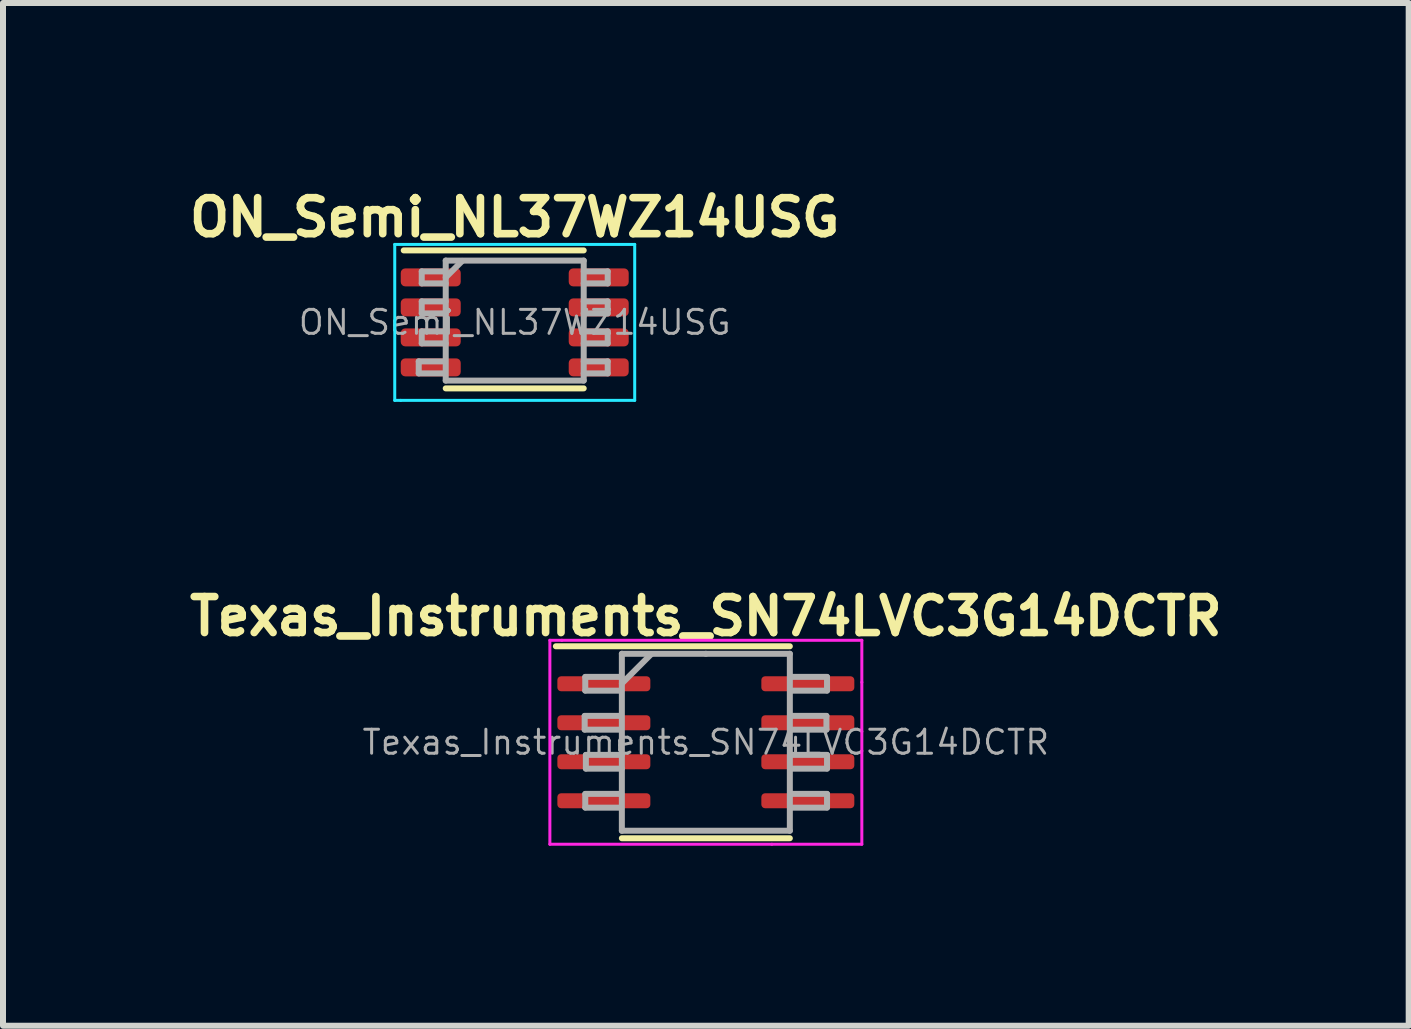
<source format=kicad_pcb>
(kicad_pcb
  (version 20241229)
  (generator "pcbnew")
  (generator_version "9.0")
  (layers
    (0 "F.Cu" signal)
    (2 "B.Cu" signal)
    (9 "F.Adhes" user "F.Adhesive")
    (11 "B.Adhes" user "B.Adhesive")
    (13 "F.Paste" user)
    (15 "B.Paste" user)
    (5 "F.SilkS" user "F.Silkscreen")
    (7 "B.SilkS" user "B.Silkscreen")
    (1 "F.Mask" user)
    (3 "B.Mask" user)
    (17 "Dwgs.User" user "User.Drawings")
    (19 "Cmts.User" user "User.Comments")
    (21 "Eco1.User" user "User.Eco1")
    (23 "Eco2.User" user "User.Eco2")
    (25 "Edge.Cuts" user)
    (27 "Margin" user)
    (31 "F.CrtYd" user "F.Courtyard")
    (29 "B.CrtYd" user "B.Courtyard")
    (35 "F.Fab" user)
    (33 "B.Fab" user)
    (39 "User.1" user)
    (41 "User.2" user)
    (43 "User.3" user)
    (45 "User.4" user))
  (footprint "ON_Semi_NL37WZ14USG"
    (layer "F.Cu")
    (at 5.53 2.324)
    (property "Reference" "ON_Semi_NL37WZ14USG" (at 0 -1.75 0) (layer "F.SilkS") (effects (font (size 0.6 0.6) (thickness 0.127))))
    (attr smd)
    (fp_line (start 1.15 -1.2) (end -1.85 -1.2) (stroke (width 0.1) (type solid)) (layer "F.SilkS"))
    (fp_line (start 1.15 1.1) (end -1.15 1.1) (stroke (width 0.1) (type solid)) (layer "F.SilkS"))
    (fp_line (start -2 -1.3) (end -2 1.3) (stroke (width 0.05) (type solid)) (layer "B.CrtYd"))
    (fp_line (start -2 1.3) (end -1.9 1.3) (stroke (width 0.05) (type solid)) (layer "B.CrtYd"))
    (fp_line (start -1.9 1.3) (end 2 1.3) (stroke (width 0.05) (type solid)) (layer "B.CrtYd"))
    (fp_line (start 2 -1.3) (end -2 -1.3) (stroke (width 0.05) (type solid)) (layer "B.CrtYd"))
    (fp_line (start 2 1.3) (end 2 -1.3) (stroke (width 0.05) (type solid)) (layer "B.CrtYd"))
    (fp_line (start -1.6 0.65) (end -1.2 0.65) (stroke (width 0.1) (type solid)) (layer "F.Fab"))
    (fp_line (start -1.6 0.85) (end -1.6 0.65) (stroke (width 0.1) (type solid)) (layer "F.Fab"))
    (fp_line (start -1.55 -0.85) (end -1.15 -0.85) (stroke (width 0.1) (type solid)) (layer "F.Fab"))
    (fp_line (start -1.55 -0.65) (end -1.55 -0.85) (stroke (width 0.1) (type solid)) (layer "F.Fab"))
    (fp_line (start -1.55 -0.35) (end -1.15 -0.35) (stroke (width 0.1) (type solid)) (layer "F.Fab"))
    (fp_line (start -1.55 -0.15) (end -1.55 -0.35) (stroke (width 0.1) (type solid)) (layer "F.Fab"))
    (fp_line (start -1.55 0.15) (end -1.15 0.15) (stroke (width 0.1) (type solid)) (layer "F.Fab"))
    (fp_line (start -1.55 0.35) (end -1.55 0.15) (stroke (width 0.1) (type solid)) (layer "F.Fab"))
    (fp_line (start -1.2 0.85) (end -1.6 0.85) (stroke (width 0.1) (type solid)) (layer "F.Fab"))
    (fp_line (start -1.15 -1.03) (end 1.15 -1.03) (stroke (width 0.1) (type solid)) (layer "F.Fab"))
    (fp_line (start -1.15 -0.75) (end -0.875 -1.025) (stroke (width 0.1) (type solid)) (layer "F.Fab"))
    (fp_line (start -1.15 -0.65) (end -1.55 -0.65) (stroke (width 0.1) (type solid)) (layer "F.Fab"))
    (fp_line (start -1.15 -0.15) (end -1.55 -0.15) (stroke (width 0.1) (type solid)) (layer "F.Fab"))
    (fp_line (start -1.15 0.35) (end -1.55 0.35) (stroke (width 0.1) (type solid)) (layer "F.Fab"))
    (fp_line (start -1.15 0.97) (end -1.15 -1.03) (stroke (width 0.1) (type solid)) (layer "F.Fab"))
    (fp_line (start 1.15 -1.03) (end 1.15 0.97) (stroke (width 0.1) (type solid)) (layer "F.Fab"))
    (fp_line (start 1.15 -0.85) (end 1.55 -0.85) (stroke (width 0.1) (type solid)) (layer "F.Fab"))
    (fp_line (start 1.15 -0.35) (end 1.55 -0.35) (stroke (width 0.1) (type solid)) (layer "F.Fab"))
    (fp_line (start 1.15 0.15) (end 1.55 0.15) (stroke (width 0.1) (type solid)) (layer "F.Fab"))
    (fp_line (start 1.15 0.65) (end 1.55 0.65) (stroke (width 0.1) (type solid)) (layer "F.Fab"))
    (fp_line (start 1.15 0.97) (end -1.15 0.97) (stroke (width 0.1) (type solid)) (layer "F.Fab"))
    (fp_line (start 1.55 -0.85) (end 1.55 -0.65) (stroke (width 0.1) (type solid)) (layer "F.Fab"))
    (fp_line (start 1.55 -0.65) (end 1.15 -0.65) (stroke (width 0.1) (type solid)) (layer "F.Fab"))
    (fp_line (start 1.55 -0.35) (end 1.55 -0.15) (stroke (width 0.1) (type solid)) (layer "F.Fab"))
    (fp_line (start 1.55 -0.15) (end 1.15 -0.15) (stroke (width 0.1) (type solid)) (layer "F.Fab"))
    (fp_line (start 1.55 0.15) (end 1.55 0.35) (stroke (width 0.1) (type solid)) (layer "F.Fab"))
    (fp_line (start 1.55 0.35) (end 1.15 0.35) (stroke (width 0.1) (type solid)) (layer "F.Fab"))
    (fp_line (start 1.55 0.65) (end 1.55 0.85) (stroke (width 0.1) (type solid)) (layer "F.Fab"))
    (fp_line (start 1.55 0.85) (end 1.15 0.85) (stroke (width 0.1) (type solid)) (layer "F.Fab"))
    (fp_text user "${REFERENCE}" (at 0 0 0) (layer "F.Fab") (effects (font (size 0.4 0.4) (thickness 0.05))))
    (pad "1" smd roundrect (at -1.4 -0.75) (size 1 0.3) (layers "F.Cu" "F.Mask" "F.Paste") (roundrect_rratio 0.25))
    (pad "2" smd roundrect (at -1.4 -0.25) (size 1 0.3) (layers "F.Cu" "F.Mask" "F.Paste") (roundrect_rratio 0.25))
    (pad "3" smd roundrect (at -1.4 0.25) (size 1 0.3) (layers "F.Cu" "F.Mask" "F.Paste") (roundrect_rratio 0.25))
    (pad "4" smd roundrect (at -1.4 0.75) (size 1 0.3) (layers "F.Cu" "F.Mask" "F.Paste") (roundrect_rratio 0.25))
    (pad "5" smd roundrect (at 1.4 0.75) (size 1 0.3) (layers "F.Cu" "F.Mask" "F.Paste") (roundrect_rratio 0.25))
    (pad "6" smd roundrect (at 1.4 0.25) (size 1 0.3) (layers "F.Cu" "F.Mask" "F.Paste") (roundrect_rratio 0.25))
    (pad "7" smd roundrect (at 1.4 -0.25) (size 1 0.3) (layers "F.Cu" "F.Mask" "F.Paste") (roundrect_rratio 0.25))
    (pad "8" smd roundrect (at 1.4 -0.75) (size 1 0.3) (layers "F.Cu" "F.Mask" "F.Paste") (roundrect_rratio 0.25)))
  (footprint "Texas_Instruments_SN74LVC3G14DCTR"
    (layer "F.Cu")
    (at 8.716 9.323)
    (property "Reference" "Texas_Instruments_SN74LVC3G14DCTR" (at 0 -2.1 0) (layer "F.SilkS") (effects (font (size 0.6 0.6) (thickness 0.127))))
    (attr smd)
    (fp_line (start -2.5 -1.6) (end 1.4 -1.6) (stroke (width 0.1) (type solid)) (layer "F.SilkS"))
    (fp_line (start -1.4 1.6) (end 1.4 1.6) (stroke (width 0.1) (type solid)) (layer "F.SilkS"))
    (fp_line (start -2.6 -1.7) (end -2.4 -1.7) (stroke (width 0.05) (type solid)) (layer "F.CrtYd"))
    (fp_line (start -2.6 1.7) (end -2.6 -1.7) (stroke (width 0.05) (type solid)) (layer "F.CrtYd"))
    (fp_line (start -2.4 -1.7) (end 2.6 -1.7) (stroke (width 0.05) (type solid)) (layer "F.CrtYd"))
    (fp_line (start 1.1 1.7) (end -2.6 1.7) (stroke (width 0.05) (type solid)) (layer "F.CrtYd"))
    (fp_line (start 2.6 -1.7) (end 2.6 -1) (stroke (width 0.05) (type solid)) (layer "F.CrtYd"))
    (fp_line (start 2.6 -1) (end 2.6 1.7) (stroke (width 0.05) (type solid)) (layer "F.CrtYd"))
    (fp_line (start 2.6 1.7) (end 1.1 1.7) (stroke (width 0.05) (type solid)) (layer "F.CrtYd"))
    (fp_line (start -2.02 -0.44) (end -1.42 -0.44) (stroke (width 0.1) (type solid)) (layer "F.Fab"))
    (fp_line (start -2.02 -0.212) (end -2.02 -0.438) (stroke (width 0.1) (type solid)) (layer "F.Fab"))
    (fp_line (start -2.02 -0.21) (end -1.42 -0.21) (stroke (width 0.1) (type solid)) (layer "F.Fab"))
    (fp_line (start -2.01 -1.09) (end -1.41 -1.09) (stroke (width 0.1) (type solid)) (layer "F.Fab"))
    (fp_line (start -2.01 -0.863) (end -2.01 -1.087) (stroke (width 0.1) (type solid)) (layer "F.Fab"))
    (fp_line (start -2.01 -0.86) (end -1.41 -0.86) (stroke (width 0.1) (type solid)) (layer "F.Fab"))
    (fp_line (start -2.01 0.86) (end -1.41 0.86) (stroke (width 0.1) (type solid)) (layer "F.Fab"))
    (fp_line (start -2.01 1.087) (end -2.01 0.863) (stroke (width 0.1) (type solid)) (layer "F.Fab"))
    (fp_line (start -2.01 1.09) (end -1.41 1.09) (stroke (width 0.1) (type solid)) (layer "F.Fab"))
    (fp_line (start -2 0.21) (end -1.4 0.21) (stroke (width 0.1) (type solid)) (layer "F.Fab"))
    (fp_line (start -2 0.438) (end -2 0.212) (stroke (width 0.1) (type solid)) (layer "F.Fab"))
    (fp_line (start -2 0.44) (end -1.4 0.44) (stroke (width 0.1) (type solid)) (layer "F.Fab"))
    (fp_line (start -1.4 -1.475) (end -1.4 1.475) (stroke (width 0.1) (type solid)) (layer "F.Fab"))
    (fp_line (start -1.4 -0.98) (end -0.91 -1.47) (stroke (width 0.1) (type solid)) (layer "F.Fab"))
    (fp_line (start -1.4 1.475) (end 1.4 1.475) (stroke (width 0.1) (type solid)) (layer "F.Fab"))
    (fp_line (start 0 -1.475) (end -1.4 -1.475) (stroke (width 0.1) (type solid)) (layer "F.Fab"))
    (fp_line (start 1.4 -1.475) (end 0 -1.475) (stroke (width 0.1) (type solid)) (layer "F.Fab"))
    (fp_line (start 1.4 1.475) (end 1.4 -1.475) (stroke (width 0.1) (type solid)) (layer "F.Fab"))
    (fp_line (start 2.01 -0.44) (end 1.41 -0.44) (stroke (width 0.1) (type solid)) (layer "F.Fab"))
    (fp_line (start 2.01 -0.438) (end 2.01 -0.212) (stroke (width 0.1) (type solid)) (layer "F.Fab"))
    (fp_line (start 2.01 -0.21) (end 1.41 -0.21) (stroke (width 0.1) (type solid)) (layer "F.Fab"))
    (fp_line (start 2.02 -1.09) (end 1.42 -1.09) (stroke (width 0.1) (type solid)) (layer "F.Fab"))
    (fp_line (start 2.02 -1.087) (end 2.02 -0.863) (stroke (width 0.1) (type solid)) (layer "F.Fab"))
    (fp_line (start 2.02 -0.86) (end 1.42 -0.86) (stroke (width 0.1) (type solid)) (layer "F.Fab"))
    (fp_line (start 2.02 0.21) (end 1.42 0.21) (stroke (width 0.1) (type solid)) (layer "F.Fab"))
    (fp_line (start 2.02 0.212) (end 2.02 0.438) (stroke (width 0.1) (type solid)) (layer "F.Fab"))
    (fp_line (start 2.02 0.44) (end 1.42 0.44) (stroke (width 0.1) (type solid)) (layer "F.Fab"))
    (fp_line (start 2.02 0.86) (end 1.42 0.86) (stroke (width 0.1) (type solid)) (layer "F.Fab"))
    (fp_line (start 2.02 0.863) (end 2.02 1.087) (stroke (width 0.1) (type solid)) (layer "F.Fab"))
    (fp_line (start 2.02 1.09) (end 1.42 1.09) (stroke (width 0.1) (type solid)) (layer "F.Fab"))
    (fp_text user "${REFERENCE}" (at 0 0 0) (layer "F.Fab") (effects (font (size 0.4 0.4) (thickness 0.05))))
    (pad "1" smd roundrect (at -1.7 -0.975) (size 1.55 0.25) (layers "F.Cu" "F.Mask" "F.Paste") (roundrect_rratio 0.25))
    (pad "2" smd roundrect (at -1.7 -0.325) (size 1.55 0.25) (layers "F.Cu" "F.Mask" "F.Paste") (roundrect_rratio 0.25))
    (pad "3" smd roundrect (at -1.7 0.325) (size 1.55 0.25) (layers "F.Cu" "F.Mask" "F.Paste") (roundrect_rratio 0.25))
    (pad "4" smd roundrect (at -1.7 0.975) (size 1.55 0.25) (layers "F.Cu" "F.Mask" "F.Paste") (roundrect_rratio 0.25))
    (pad "5" smd roundrect (at 1.7 0.975) (size 1.55 0.25) (layers "F.Cu" "F.Mask" "F.Paste") (roundrect_rratio 0.25))
    (pad "6" smd roundrect (at 1.7 0.325) (size 1.55 0.25) (layers "F.Cu" "F.Mask" "F.Paste") (roundrect_rratio 0.25))
    (pad "7" smd roundrect (at 1.7 -0.325) (size 1.55 0.25) (layers "F.Cu" "F.Mask" "F.Paste") (roundrect_rratio 0.25))
    (pad "8" smd roundrect (at 1.7 -0.975) (size 1.55 0.25) (layers "F.Cu" "F.Mask" "F.Paste") (roundrect_rratio 0.25)))
  (gr_rect
    (start -3 -3)
    (end 20.432 14.048)
    (stroke (width 0.1) (type default))
    (fill no)
    (layer "Edge.Cuts")))
</source>
